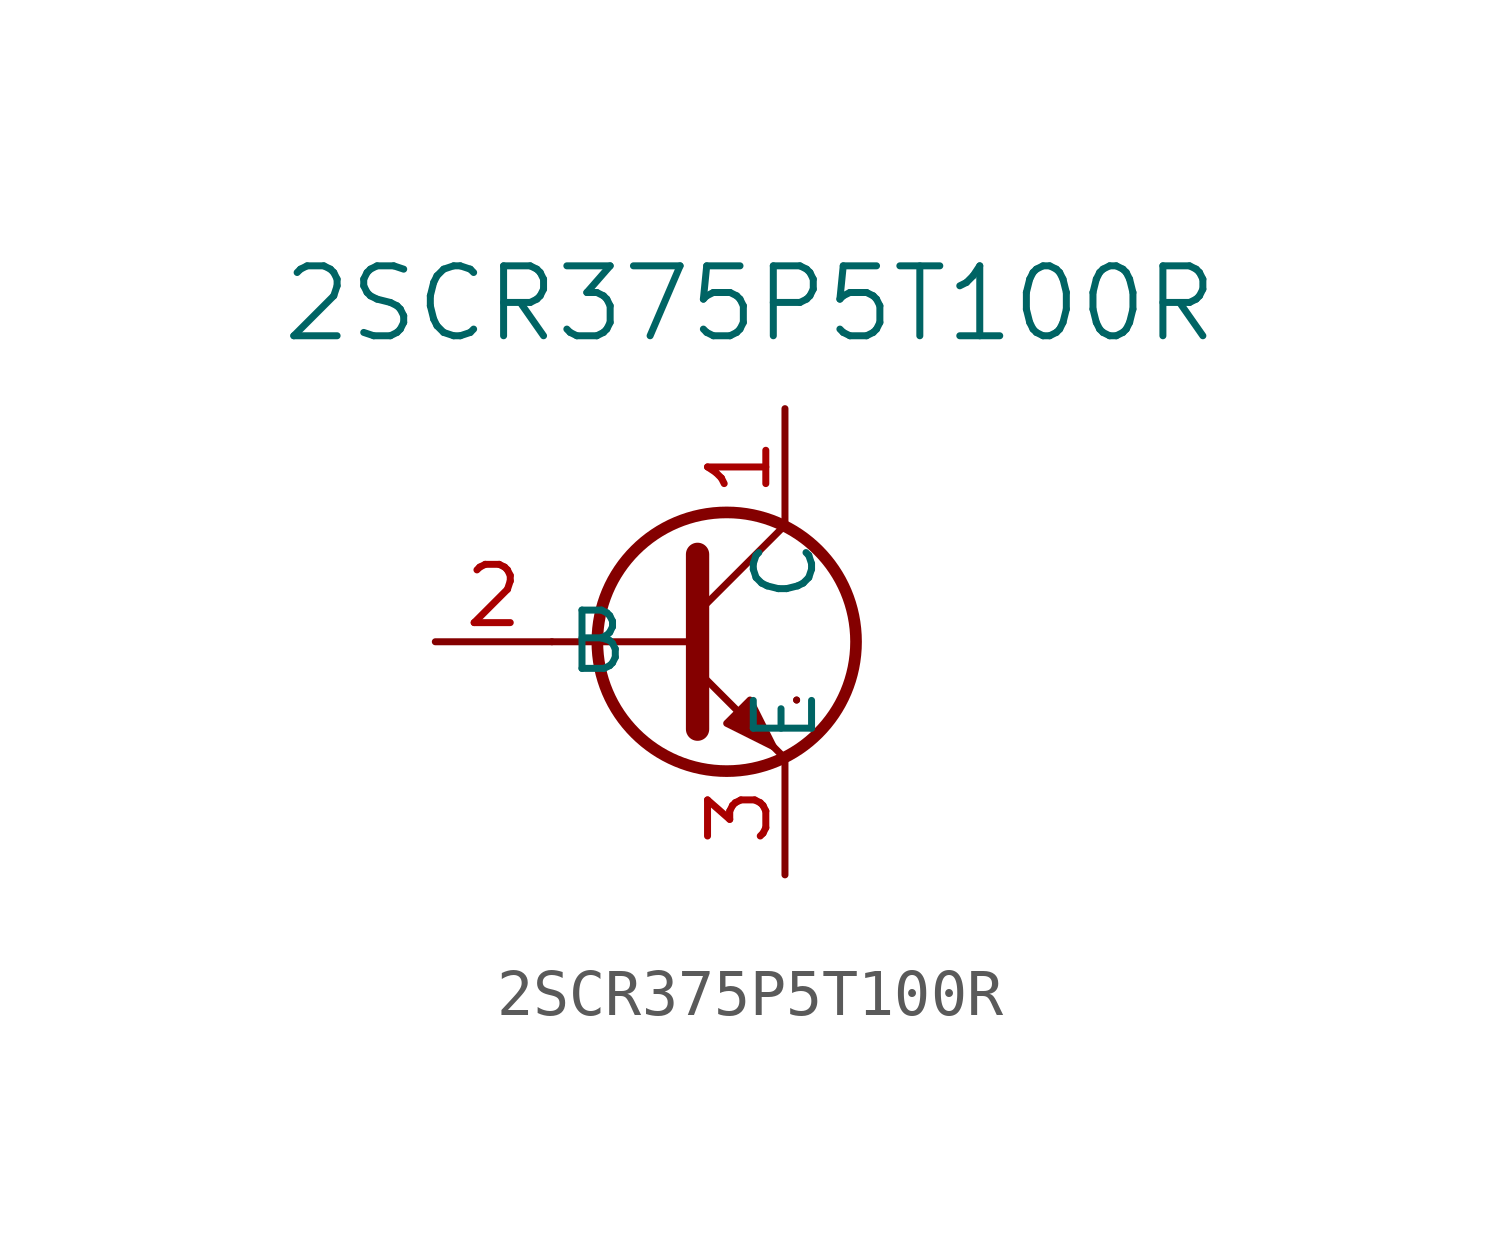
<source format=kicad_sym>
(kicad_symbol_lib
  (version 20241209)
  (generator "kicad_symbol_editor")
  (generator_version "9.0")
  (symbol "2SCR375P5T100R"
    (pin_names
      (offset 0.254))
    (property "Reference" "T"
      (at 10.16 2.54 0)
      (effects (font (size 1.524 1.524)) (hide yes)))
    (property "Value" "2SCR375P5T100R"
      (at 0.508 7.366 0)
      (effects (font (size 1.524 1.524))))
    (symbol "2SCR375P5T100R_0_1"
      (polyline (pts (xy -3.81 0) (xy -0.635 0)) (stroke (width 0.152) (type default)) (fill (type none)))
      (polyline (pts (xy -0.635 1.905) (xy -0.635 -1.905) (xy -0.635 -1.905)) (stroke (width 0.508) (type default)) (fill (type none)))
      (polyline (pts (xy -0.635 0.635) (xy 1.27 2.54)) (stroke (width 0) (type default)) (fill (type none)))
      (polyline (pts (xy -0.635 -0.635) (xy 1.27 -2.54) (xy 1.27 -2.54)) (stroke (width 0) (type default)) (fill (type none)))
      (circle (center 0 0) (radius 2.819) (stroke (width 0.254) (type default)) (fill (type none)))
      (polyline (pts (xy 0 -1.778) (xy 0.508 -1.27) (xy 1.016 -2.286) (xy 0 -1.778) (xy 0 -1.778)) (stroke (width 0) (type default)) (fill (type outline)))
      (polyline (pts (xy 1.524 -1.27) (xy 1.524 -1.27)) (stroke (width 0.152) (type default)) (fill (type none)))
      (polyline (pts (xy 1.524 -1.27) (xy 1.524 -1.27)) (stroke (width 0.152) (type default)) (fill (type none))))
    (symbol "2SCR375P5T100R_1_1"
      (pin input line (at -6.35 0 0) (length 2.54) (name "B" (effects (font (size 1.27 1.27)))) (number "2" (effects (font (size 1.27 1.27)))))
      (pin open_collector line (at 1.27 5.08 270) (length 2.54) (name "C" (effects (font (size 1.27 1.27)))) (number "1" (effects (font (size 1.27 1.27)))))
      (pin open_emitter line (at 1.27 -5.08 90) (length 2.54) (name "E" (effects (font (size 1.27 1.27)))) (number "3" (effects (font (size 1.27 1.27))))))))
</source>
